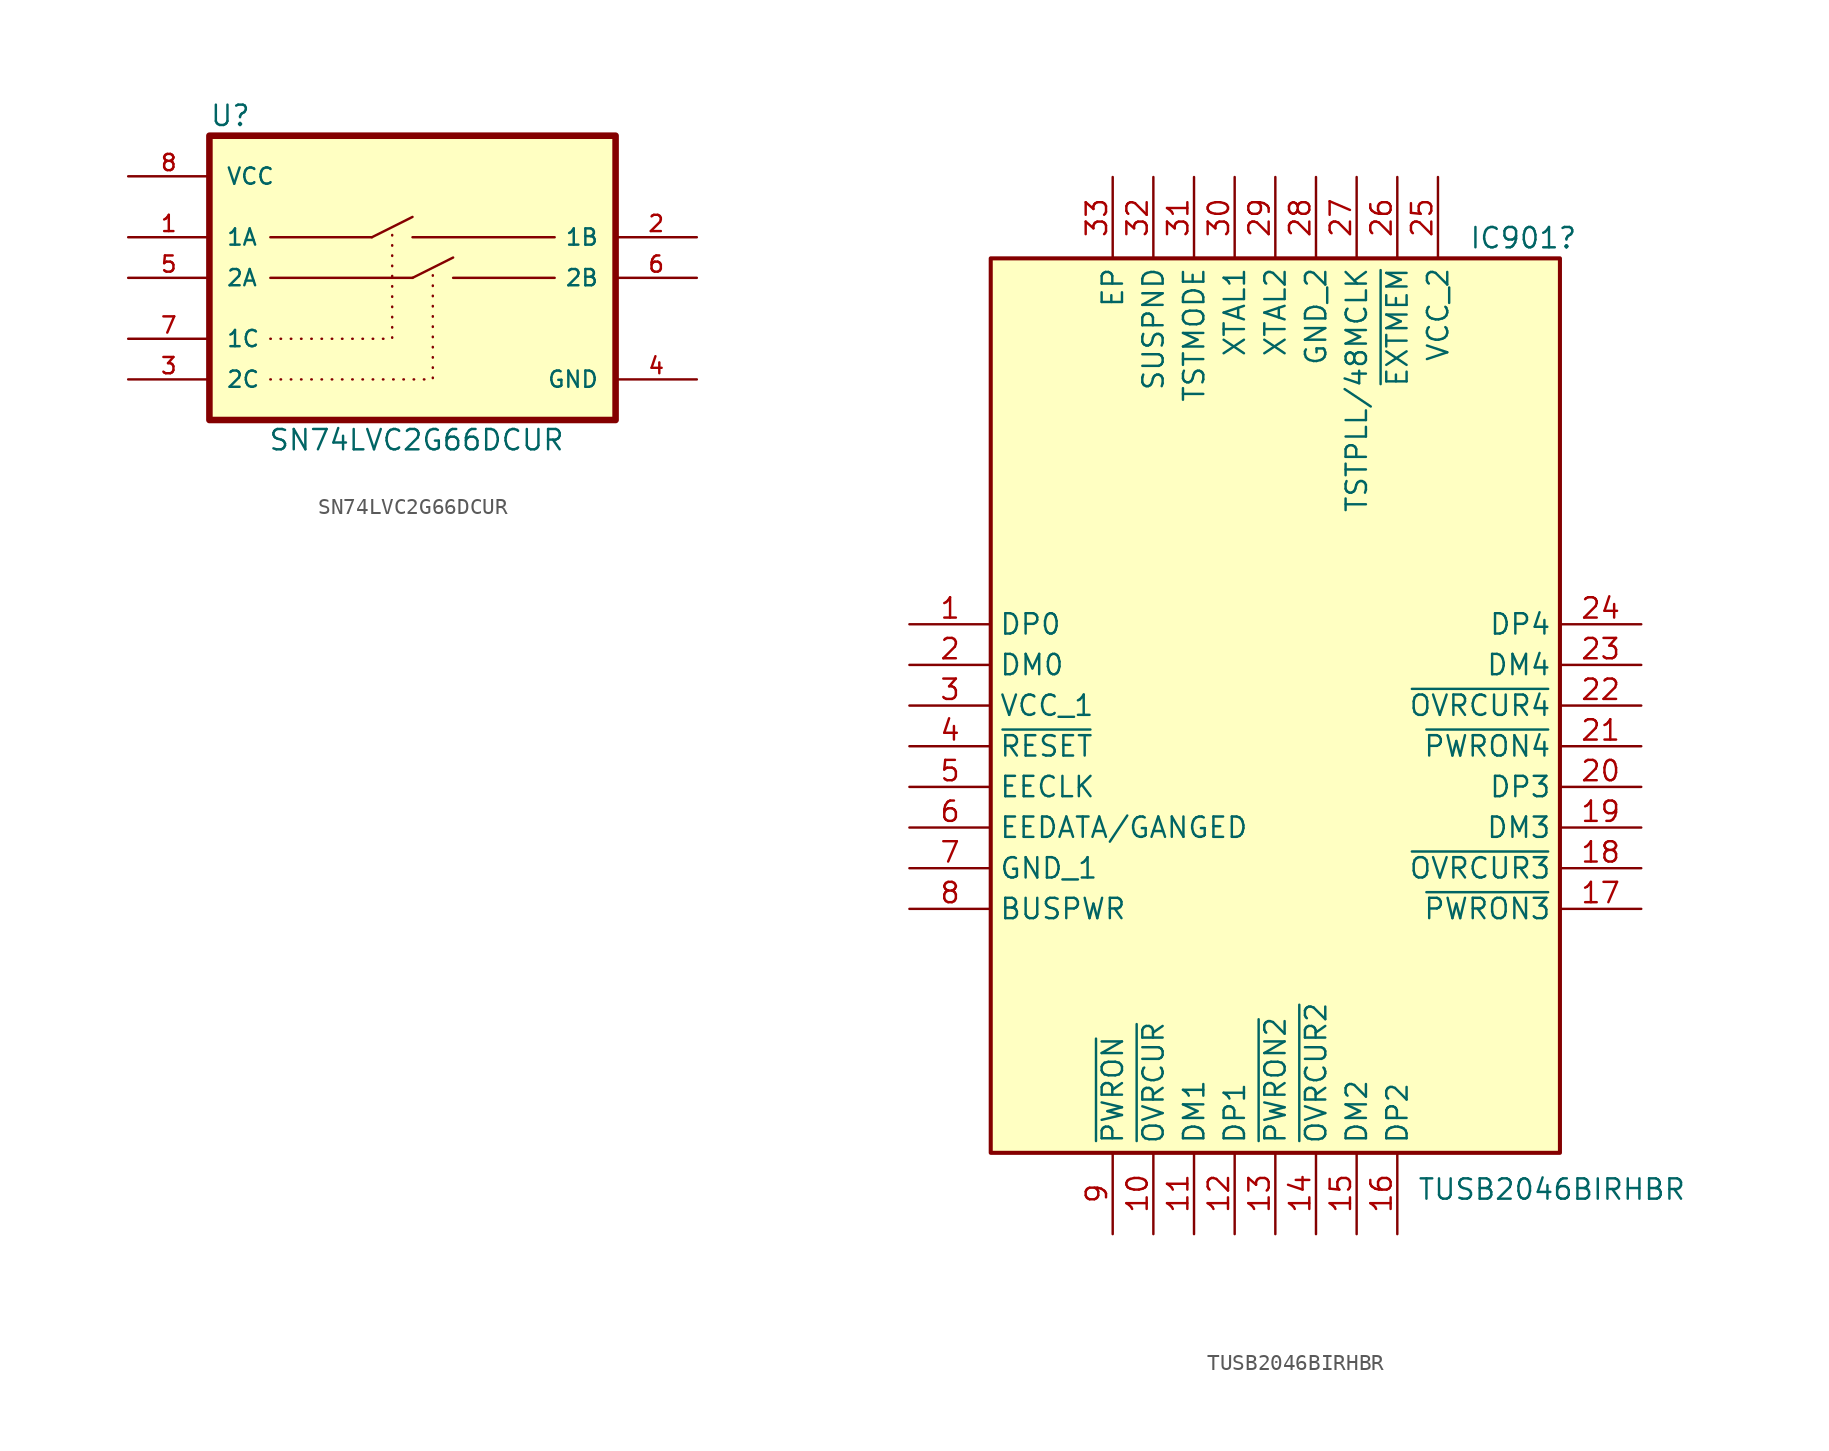
<source format=kicad_sym>
(kicad_symbol_lib
  (version 20241209)
  (generator "kicad_symbol_editor")
  (generator_version "9.0")
  (symbol "SN74LVC2G66DCUR"
    (pin_names
      (offset 1.016))
    (property "Reference" "U"
      (at -12.7 8.128 0)
      (effects (font (size 1.27 1.27)) (justify left bottom)))
    (property "Value" "SN74LVC2G66DCUR"
      (at 0.254 -10.668 0)
      (effects (font (size 1.27 1.27)) (justify top)))
    (symbol "SN74LVC2G66DCUR_0_0"
      (rectangle (start -12.7 7.62) (end 12.7 -10.16) (stroke (width 0.41) (type default)) (fill (type background)))
      (pin power_in line (at -17.78 5.08 0) (length 5.08) (name "VCC" (effects (font (size 1.016 1.016)))) (number "8" (effects (font (size 1.016 1.016)))))
      (pin bidirectional line (at -17.78 1.27 0) (length 5.08) (name "1A" (effects (font (size 1.016 1.016)))) (number "1" (effects (font (size 1.016 1.016)))))
      (pin bidirectional line (at -17.78 -1.27 0) (length 5.08) (name "2A" (effects (font (size 1.016 1.016)))) (number "5" (effects (font (size 1.016 1.016)))))
      (pin input line (at -17.78 -5.08 0) (length 5.08) (name "1C" (effects (font (size 1.016 1.016)))) (number "7" (effects (font (size 1.016 1.016)))))
      (pin input line (at -17.78 -7.62 0) (length 5.08) (name "2C" (effects (font (size 1.016 1.016)))) (number "3" (effects (font (size 1.016 1.016)))))
      (pin bidirectional line (at 17.78 1.27 180) (length 5.08) (name "1B" (effects (font (size 1.016 1.016)))) (number "2" (effects (font (size 1.016 1.016)))))
      (pin bidirectional line (at 17.78 -1.27 180) (length 5.08) (name "2B" (effects (font (size 1.016 1.016)))) (number "6" (effects (font (size 1.016 1.016)))))
      (pin power_in line (at 17.78 -7.62 180) (length 5.08) (name "GND" (effects (font (size 1.016 1.016)))) (number "4" (effects (font (size 1.016 1.016))))))
    (symbol "SN74LVC2G66DCUR_0_1"
      (polyline (pts (xy -8.89 1.27) (xy -2.54 1.27)) (stroke (width 0) (type default)) (fill (type none)))
      (polyline (pts (xy -8.89 -1.27) (xy 0 -1.27)) (stroke (width 0) (type default)) (fill (type none)))
      (polyline (pts (xy -2.54 1.27) (xy 0 2.54)) (stroke (width 0) (type default)) (fill (type none)))
      (polyline (pts (xy 0 1.27) (xy 8.89 1.27)) (stroke (width 0) (type default)) (fill (type none)))
      (polyline (pts (xy 0 -1.27) (xy 2.54 0)) (stroke (width 0) (type default)) (fill (type none)))
      (polyline (pts (xy 2.54 -1.27) (xy 8.89 -1.27)) (stroke (width 0) (type default)) (fill (type none))))
    (symbol "SN74LVC2G66DCUR_1_1"
      (polyline (pts (xy -8.89 -5.08) (xy -1.27 -5.08) (xy -1.27 1.905)) (stroke (width 0) (type dot)) (fill (type none)))
      (polyline (pts (xy -8.89 -7.62) (xy 1.27 -7.62) (xy 1.27 -0.635)) (stroke (width 0) (type dot)) (fill (type none)))))
  (symbol "TUSB2046BIRHBR"
    (property "Reference" "IC901"
      (at 38.354 24.13 0)
      (effects (font (size 1.27 1.27))))
    (property "Value" "TUSB2046BIRHBR"
      (at 40.132 -35.306 0)
      (effects (font (size 1.27 1.27))))
    (symbol "TUSB2046BIRHBR_1_1"
      (rectangle (start 5.08 22.86) (end 40.64 -33.02) (stroke (width 0.254) (type default)) (fill (type background)))
      (pin passive line (at 0 0 0) (length 5.08) (name "DP0" (effects (font (size 1.27 1.27)))) (number "1" (effects (font (size 1.27 1.27)))))
      (pin passive line (at 0 -2.54 0) (length 5.08) (name "DM0" (effects (font (size 1.27 1.27)))) (number "2" (effects (font (size 1.27 1.27)))))
      (pin passive line (at 0 -5.08 0) (length 5.08) (name "VCC_1" (effects (font (size 1.27 1.27)))) (number "3" (effects (font (size 1.27 1.27)))))
      (pin passive line (at 0 -7.62 0) (length 5.08) (name "~{RESET}" (effects (font (size 1.27 1.27)))) (number "4" (effects (font (size 1.27 1.27)))))
      (pin passive line (at 0 -10.16 0) (length 5.08) (name "EECLK" (effects (font (size 1.27 1.27)))) (number "5" (effects (font (size 1.27 1.27)))))
      (pin passive line (at 0 -12.7 0) (length 5.08) (name "EEDATA/GANGED" (effects (font (size 1.27 1.27)))) (number "6" (effects (font (size 1.27 1.27)))))
      (pin passive line (at 0 -15.24 0) (length 5.08) (name "GND_1" (effects (font (size 1.27 1.27)))) (number "7" (effects (font (size 1.27 1.27)))))
      (pin passive line (at 0 -17.78 0) (length 5.08) (name "BUSPWR" (effects (font (size 1.27 1.27)))) (number "8" (effects (font (size 1.27 1.27)))))
      (pin passive line (at 12.7 27.94 270) (length 5.08) (name "EP" (effects (font (size 1.27 1.27)))) (number "33" (effects (font (size 1.27 1.27)))))
      (pin passive line (at 12.7 -38.1 90) (length 5.08) (name "~{PWRON}" (effects (font (size 1.27 1.27)))) (number "9" (effects (font (size 1.27 1.27)))))
      (pin passive line (at 15.24 27.94 270) (length 5.08) (name "SUSPND" (effects (font (size 1.27 1.27)))) (number "32" (effects (font (size 1.27 1.27)))))
      (pin passive line (at 15.24 -38.1 90) (length 5.08) (name "~{OVRCUR}" (effects (font (size 1.27 1.27)))) (number "10" (effects (font (size 1.27 1.27)))))
      (pin passive line (at 17.78 27.94 270) (length 5.08) (name "TSTMODE" (effects (font (size 1.27 1.27)))) (number "31" (effects (font (size 1.27 1.27)))))
      (pin passive line (at 17.78 -38.1 90) (length 5.08) (name "DM1" (effects (font (size 1.27 1.27)))) (number "11" (effects (font (size 1.27 1.27)))))
      (pin passive line (at 20.32 27.94 270) (length 5.08) (name "XTAL1" (effects (font (size 1.27 1.27)))) (number "30" (effects (font (size 1.27 1.27)))))
      (pin passive line (at 20.32 -38.1 90) (length 5.08) (name "DP1" (effects (font (size 1.27 1.27)))) (number "12" (effects (font (size 1.27 1.27)))))
      (pin passive line (at 22.86 27.94 270) (length 5.08) (name "XTAL2" (effects (font (size 1.27 1.27)))) (number "29" (effects (font (size 1.27 1.27)))))
      (pin passive line (at 22.86 -38.1 90) (length 5.08) (name "~{PWRON2}" (effects (font (size 1.27 1.27)))) (number "13" (effects (font (size 1.27 1.27)))))
      (pin passive line (at 25.4 27.94 270) (length 5.08) (name "GND_2" (effects (font (size 1.27 1.27)))) (number "28" (effects (font (size 1.27 1.27)))))
      (pin passive line (at 25.4 -38.1 90) (length 5.08) (name "~{OVRCUR2}" (effects (font (size 1.27 1.27)))) (number "14" (effects (font (size 1.27 1.27)))))
      (pin passive line (at 27.94 27.94 270) (length 5.08) (name "TSTPLL/48MCLK" (effects (font (size 1.27 1.27)))) (number "27" (effects (font (size 1.27 1.27)))))
      (pin passive line (at 27.94 -38.1 90) (length 5.08) (name "DM2" (effects (font (size 1.27 1.27)))) (number "15" (effects (font (size 1.27 1.27)))))
      (pin passive line (at 30.48 27.94 270) (length 5.08) (name "~{EXTMEM}" (effects (font (size 1.27 1.27)))) (number "26" (effects (font (size 1.27 1.27)))))
      (pin passive line (at 30.48 -38.1 90) (length 5.08) (name "DP2" (effects (font (size 1.27 1.27)))) (number "16" (effects (font (size 1.27 1.27)))))
      (pin passive line (at 33.02 27.94 270) (length 5.08) (name "VCC_2" (effects (font (size 1.27 1.27)))) (number "25" (effects (font (size 1.27 1.27)))))
      (pin passive line (at 45.72 0 180) (length 5.08) (name "DP4" (effects (font (size 1.27 1.27)))) (number "24" (effects (font (size 1.27 1.27)))))
      (pin passive line (at 45.72 -2.54 180) (length 5.08) (name "DM4" (effects (font (size 1.27 1.27)))) (number "23" (effects (font (size 1.27 1.27)))))
      (pin passive line (at 45.72 -5.08 180) (length 5.08) (name "~{OVRCUR4}" (effects (font (size 1.27 1.27)))) (number "22" (effects (font (size 1.27 1.27)))))
      (pin passive line (at 45.72 -7.62 180) (length 5.08) (name "~{PWRON4}" (effects (font (size 1.27 1.27)))) (number "21" (effects (font (size 1.27 1.27)))))
      (pin passive line (at 45.72 -10.16 180) (length 5.08) (name "DP3" (effects (font (size 1.27 1.27)))) (number "20" (effects (font (size 1.27 1.27)))))
      (pin passive line (at 45.72 -12.7 180) (length 5.08) (name "DM3" (effects (font (size 1.27 1.27)))) (number "19" (effects (font (size 1.27 1.27)))))
      (pin passive line (at 45.72 -15.24 180) (length 5.08) (name "~{OVRCUR3}" (effects (font (size 1.27 1.27)))) (number "18" (effects (font (size 1.27 1.27)))))
      (pin passive line (at 45.72 -17.78 180) (length 5.08) (name "~{PWRON3}" (effects (font (size 1.27 1.27)))) (number "17" (effects (font (size 1.27 1.27))))))))
</source>
